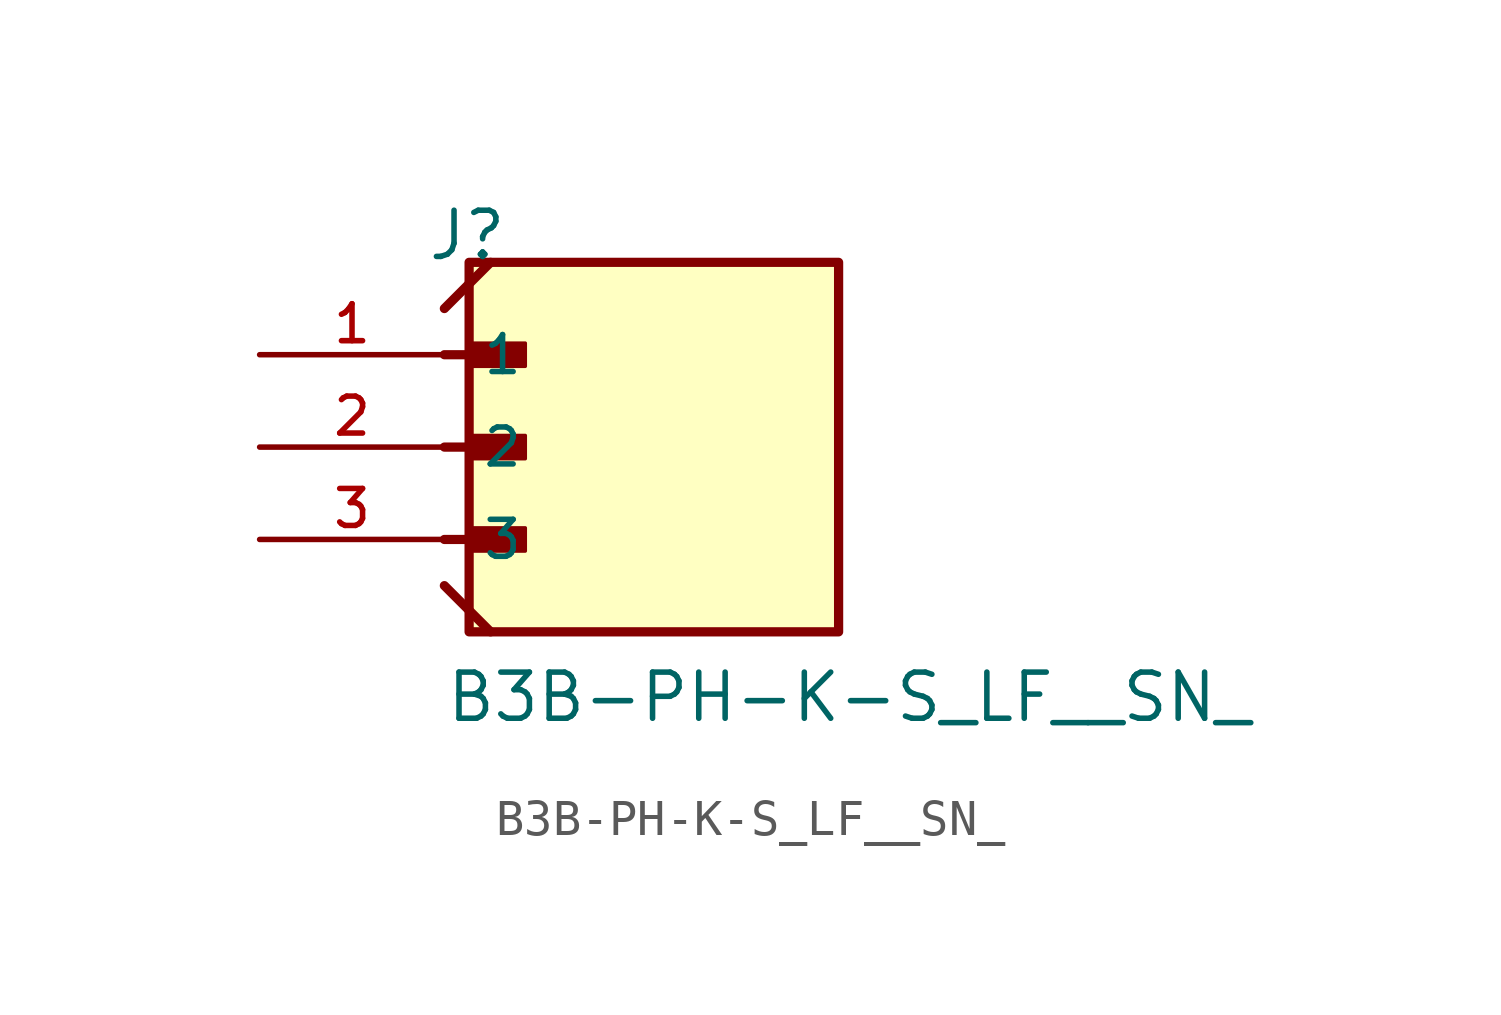
<source format=kicad_sym>
(kicad_symbol_lib
  (version 20211014)
  (generator kicad_symbol_editor)
  (symbol "B3B-PH-K-S_LF__SN_"
    (pin_names
      (offset 1.016))
    (property "Reference" "J"
      (at -5.58 5.08 0)
      (effects (font (size 1.27 1.27)) (justify bottom left)))
    (property "Value" "B3B-PH-K-S_LF__SN_"
      (at -5.08 -7.62 0)
      (effects (font (size 1.27 1.27)) (justify bottom left)))
    (symbol "B3B-PH-K-S_LF__SN__0_0"
      (polyline (pts (xy -5.08 2.54) (xy -3.175 2.54)) (stroke (width 0.254)))
      (rectangle (start -4.445 2.223) (end -2.857 2.857) (stroke (width 0.1)) (fill (type outline)))
      (polyline (pts (xy -5.08 0.0) (xy -3.175 0.0)) (stroke (width 0.254)))
      (rectangle (start -4.445 -0.318) (end -2.857 0.318) (stroke (width 0.1)) (fill (type outline)))
      (polyline (pts (xy -5.08 -2.54) (xy -3.175 -2.54)) (stroke (width 0.254)))
      (rectangle (start -4.445 -2.857) (end -2.857 -2.223) (stroke (width 0.1)) (fill (type outline)))
      (polyline (pts (xy -5.08 -3.81) (xy -3.81 -5.08)) (stroke (width 0.254)))
      (polyline (pts (xy -5.08 3.81) (xy -3.81 5.08)) (stroke (width 0.254)))
      (rectangle (start -4.4 -5.08) (end 5.76 5.08) (stroke (width 0.254)) (fill (type background)))
      (pin passive line (at -10.16 2.54 0) (length 5.08) (name "1" (effects (font (size 1.016 1.016)))) (number "1" (effects (font (size 1.016 1.016)))))
      (pin passive line (at -10.16 0.0 0) (length 5.08) (name "2" (effects (font (size 1.016 1.016)))) (number "2" (effects (font (size 1.016 1.016)))))
      (pin passive line (at -10.16 -2.54 0) (length 5.08) (name "3" (effects (font (size 1.016 1.016)))) (number "3" (effects (font (size 1.016 1.016))))))))
</source>
